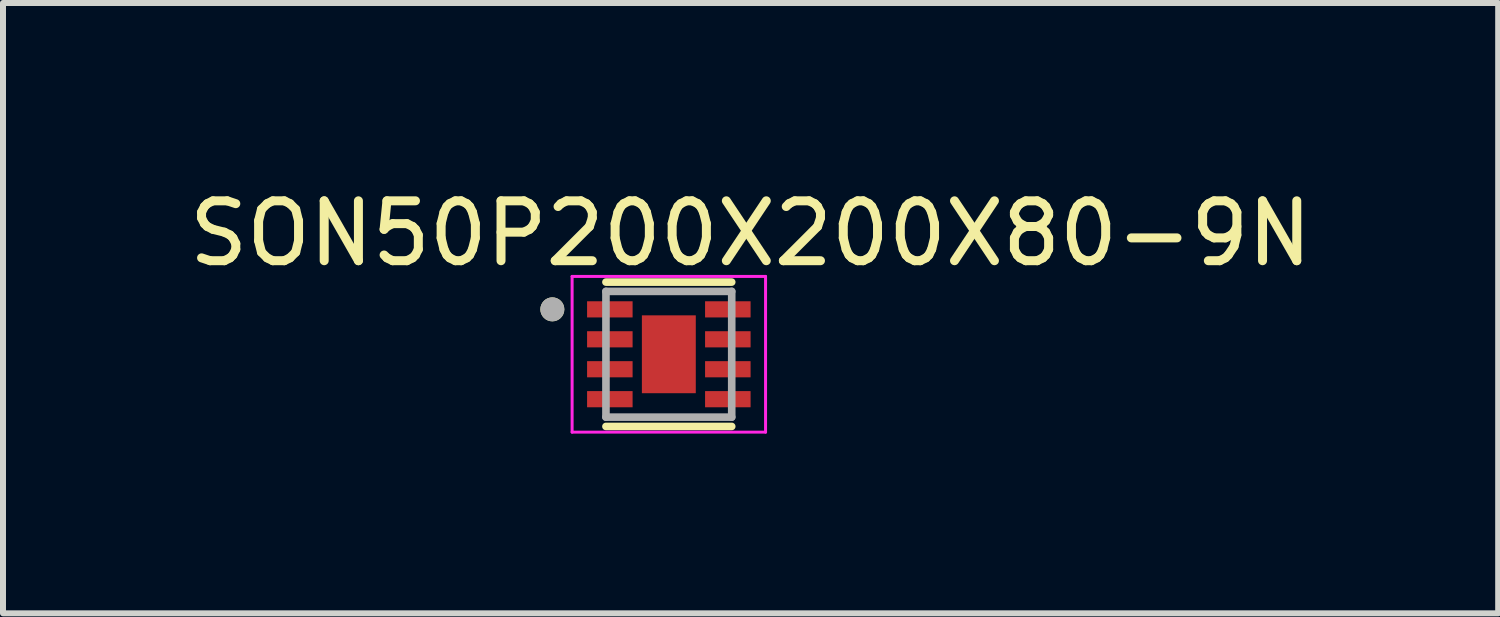
<source format=kicad_pcb>
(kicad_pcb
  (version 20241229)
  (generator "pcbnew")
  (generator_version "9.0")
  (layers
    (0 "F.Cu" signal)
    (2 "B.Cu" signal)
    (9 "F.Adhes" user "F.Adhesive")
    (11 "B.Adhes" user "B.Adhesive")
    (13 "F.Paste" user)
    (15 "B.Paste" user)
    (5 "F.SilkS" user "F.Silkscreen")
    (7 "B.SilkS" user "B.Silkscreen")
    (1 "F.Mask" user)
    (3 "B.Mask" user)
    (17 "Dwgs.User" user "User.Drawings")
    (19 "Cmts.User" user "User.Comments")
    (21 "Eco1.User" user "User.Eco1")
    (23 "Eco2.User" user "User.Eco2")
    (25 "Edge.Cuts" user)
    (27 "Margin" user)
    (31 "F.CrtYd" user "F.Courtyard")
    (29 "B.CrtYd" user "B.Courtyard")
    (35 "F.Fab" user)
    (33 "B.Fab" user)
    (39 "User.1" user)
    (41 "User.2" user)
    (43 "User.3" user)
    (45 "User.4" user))
  (footprint "SON50P200X200X80-9N"
    (layer "F.Cu")
    (at 8.117 2.865)
    (property "Reference" "SON50P200X200X80-9N" (at 1.365 -2.017 0) (layer "F.SilkS") (effects (font (size 1 1) (thickness 0.15))))
    (attr through_hole)
    (fp_line (start -1.05 -1.205) (end 1.05 -1.205) (stroke (width 0.127) (type solid)) (layer "F.SilkS"))
    (fp_line (start -1.05 1.205) (end 1.05 1.205) (stroke (width 0.127) (type solid)) (layer "F.SilkS"))
    (fp_circle (center -1.945 -0.75) (end -1.845 -0.75) (stroke (width 0.2) (type solid)) (fill no) (layer "F.SilkS"))
    (fp_poly (pts (xy -0.28 -0.41) (xy 0.28 -0.41) (xy 0.28 0.41) (xy -0.28 0.41)) (stroke (width 0.01) (type solid)) (fill yes) (layer "F.Paste"))
    (fp_line (start -1.615 -1.3) (end -1.615 1.3) (stroke (width 0.05) (type solid)) (layer "F.CrtYd"))
    (fp_line (start -1.615 -1.3) (end 1.615 -1.3) (stroke (width 0.05) (type solid)) (layer "F.CrtYd"))
    (fp_line (start -1.615 1.3) (end 1.615 1.3) (stroke (width 0.05) (type solid)) (layer "F.CrtYd"))
    (fp_line (start 1.615 -1.3) (end 1.615 1.3) (stroke (width 0.05) (type solid)) (layer "F.CrtYd"))
    (fp_line (start -1.05 -1.05) (end -1.05 1.05) (stroke (width 0.127) (type solid)) (layer "F.Fab"))
    (fp_line (start -1.05 -1.05) (end 1.05 -1.05) (stroke (width 0.127) (type solid)) (layer "F.Fab"))
    (fp_line (start -1.05 1.05) (end 1.05 1.05) (stroke (width 0.127) (type solid)) (layer "F.Fab"))
    (fp_line (start 1.05 -1.05) (end 1.05 1.05) (stroke (width 0.127) (type solid)) (layer "F.Fab"))
    (fp_circle (center -1.945 -0.75) (end -1.845 -0.75) (stroke (width 0.2) (type solid)) (fill no) (layer "F.Fab"))
    (pad "1" smd rect (at -0.985 -0.75) (size 0.76 0.27) (layers "F.Cu" "F.Mask" "F.Paste"))
    (pad "2" smd rect (at -0.985 -0.25) (size 0.76 0.27) (layers "F.Cu" "F.Mask" "F.Paste"))
    (pad "3" smd rect (at -0.985 0.25) (size 0.76 0.27) (layers "F.Cu" "F.Mask" "F.Paste"))
    (pad "4" smd rect (at -0.985 0.75) (size 0.76 0.27) (layers "F.Cu" "F.Mask" "F.Paste"))
    (pad "5" smd rect (at 0.985 0.75) (size 0.76 0.27) (layers "F.Cu" "F.Mask" "F.Paste"))
    (pad "6" smd rect (at 0.985 0.25) (size 0.76 0.27) (layers "F.Cu" "F.Mask" "F.Paste"))
    (pad "7" smd rect (at 0.985 -0.25) (size 0.76 0.27) (layers "F.Cu" "F.Mask" "F.Paste"))
    (pad "8" smd rect (at 0.985 -0.75) (size 0.76 0.27) (layers "F.Cu" "F.Mask" "F.Paste"))
    (pad "EP" smd rect (at 0 0) (size 0.9 1.3) (layers "F.Cu" "F.Mask")))
  (gr_rect
    (start -3 -3)
    (end 21.964 7.19)
    (stroke (width 0.1) (type default))
    (fill no)
    (layer "Edge.Cuts")))
</source>
